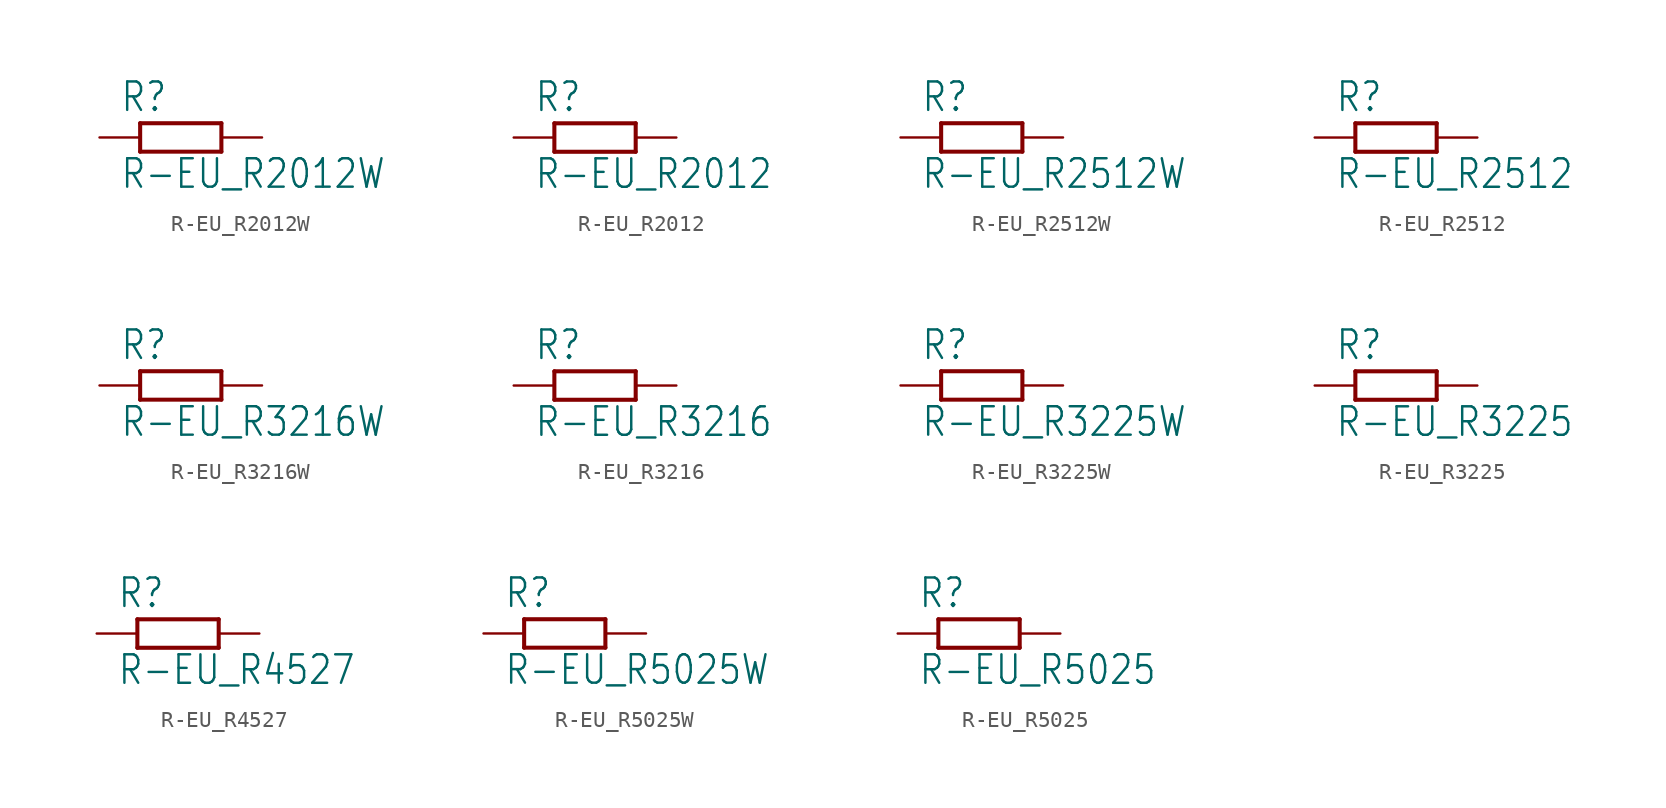
<source format=kicad_sym>
(kicad_symbol_lib
  (version 20201005)
  (generator kicad_symbol_editor)
  (symbol "R-EU_R2012W"
    (property "Reference" "R"
      (at -3.81 1.499 0)
      (effects (font (size 1.778 1.511)) (justify left bottom)))
    (property "Value" "R-EU_R2012W"
      (at -3.81 -3.302 0)
      (effects (font (size 1.778 1.511)) (justify left bottom)))
    (property "ki_locked" ""
      (at 0 0 0)
      (effects (font (size 1.27 1.27))))
    (symbol "R-EU_R2012W_1_0"
      (polyline (pts (xy -2.54 -0.889) (xy 2.54 -0.889)) (stroke (width 0.254)) (fill (type none)))
      (polyline (pts (xy 2.54 0.889) (xy -2.54 0.889)) (stroke (width 0.254)) (fill (type none)))
      (polyline (pts (xy 2.54 -0.889) (xy 2.54 0.889)) (stroke (width 0.254)) (fill (type none)))
      (polyline (pts (xy -2.54 -0.889) (xy -2.54 0.889)) (stroke (width 0.254)) (fill (type none)))
      (pin passive line (at 5.08 0 180) (length 2.54) (name "2" (effects (font (size 0 0)))) (number "2" (effects (font (size 0 0)))))
      (pin passive line (at -5.08 0 0) (length 2.54) (name "1" (effects (font (size 0 0)))) (number "1" (effects (font (size 0 0)))))))
  (symbol "R-EU_R2012"
    (property "Reference" "R"
      (at -3.81 1.499 0)
      (effects (font (size 1.778 1.511)) (justify left bottom)))
    (property "Value" "R-EU_R2012"
      (at -3.81 -3.302 0)
      (effects (font (size 1.778 1.511)) (justify left bottom)))
    (property "ki_locked" ""
      (at 0 0 0)
      (effects (font (size 1.27 1.27))))
    (symbol "R-EU_R2012_1_0"
      (polyline (pts (xy -2.54 -0.889) (xy 2.54 -0.889)) (stroke (width 0.254)) (fill (type none)))
      (polyline (pts (xy 2.54 0.889) (xy -2.54 0.889)) (stroke (width 0.254)) (fill (type none)))
      (polyline (pts (xy 2.54 -0.889) (xy 2.54 0.889)) (stroke (width 0.254)) (fill (type none)))
      (polyline (pts (xy -2.54 -0.889) (xy -2.54 0.889)) (stroke (width 0.254)) (fill (type none)))
      (pin passive line (at 5.08 0 180) (length 2.54) (name "2" (effects (font (size 0 0)))) (number "2" (effects (font (size 0 0)))))
      (pin passive line (at -5.08 0 0) (length 2.54) (name "1" (effects (font (size 0 0)))) (number "1" (effects (font (size 0 0)))))))
  (symbol "R-EU_R2512W"
    (property "Reference" "R"
      (at -3.81 1.499 0)
      (effects (font (size 1.778 1.511)) (justify left bottom)))
    (property "Value" "R-EU_R2512W"
      (at -3.81 -3.302 0)
      (effects (font (size 1.778 1.511)) (justify left bottom)))
    (property "ki_locked" ""
      (at 0 0 0)
      (effects (font (size 1.27 1.27))))
    (symbol "R-EU_R2512W_1_0"
      (polyline (pts (xy -2.54 -0.889) (xy 2.54 -0.889)) (stroke (width 0.254)) (fill (type none)))
      (polyline (pts (xy 2.54 0.889) (xy -2.54 0.889)) (stroke (width 0.254)) (fill (type none)))
      (polyline (pts (xy 2.54 -0.889) (xy 2.54 0.889)) (stroke (width 0.254)) (fill (type none)))
      (polyline (pts (xy -2.54 -0.889) (xy -2.54 0.889)) (stroke (width 0.254)) (fill (type none)))
      (pin passive line (at 5.08 0 180) (length 2.54) (name "2" (effects (font (size 0 0)))) (number "2" (effects (font (size 0 0)))))
      (pin passive line (at -5.08 0 0) (length 2.54) (name "1" (effects (font (size 0 0)))) (number "1" (effects (font (size 0 0)))))))
  (symbol "R-EU_R2512"
    (property "Reference" "R"
      (at -3.81 1.499 0)
      (effects (font (size 1.778 1.511)) (justify left bottom)))
    (property "Value" "R-EU_R2512"
      (at -3.81 -3.302 0)
      (effects (font (size 1.778 1.511)) (justify left bottom)))
    (property "ki_locked" ""
      (at 0 0 0)
      (effects (font (size 1.27 1.27))))
    (symbol "R-EU_R2512_1_0"
      (polyline (pts (xy -2.54 -0.889) (xy 2.54 -0.889)) (stroke (width 0.254)) (fill (type none)))
      (polyline (pts (xy 2.54 0.889) (xy -2.54 0.889)) (stroke (width 0.254)) (fill (type none)))
      (polyline (pts (xy 2.54 -0.889) (xy 2.54 0.889)) (stroke (width 0.254)) (fill (type none)))
      (polyline (pts (xy -2.54 -0.889) (xy -2.54 0.889)) (stroke (width 0.254)) (fill (type none)))
      (pin passive line (at 5.08 0 180) (length 2.54) (name "2" (effects (font (size 0 0)))) (number "2" (effects (font (size 0 0)))))
      (pin passive line (at -5.08 0 0) (length 2.54) (name "1" (effects (font (size 0 0)))) (number "1" (effects (font (size 0 0)))))))
  (symbol "R-EU_R3216W"
    (property "Reference" "R"
      (at -3.81 1.499 0)
      (effects (font (size 1.778 1.511)) (justify left bottom)))
    (property "Value" "R-EU_R3216W"
      (at -3.81 -3.302 0)
      (effects (font (size 1.778 1.511)) (justify left bottom)))
    (property "ki_locked" ""
      (at 0 0 0)
      (effects (font (size 1.27 1.27))))
    (symbol "R-EU_R3216W_1_0"
      (polyline (pts (xy -2.54 -0.889) (xy 2.54 -0.889)) (stroke (width 0.254)) (fill (type none)))
      (polyline (pts (xy 2.54 0.889) (xy -2.54 0.889)) (stroke (width 0.254)) (fill (type none)))
      (polyline (pts (xy 2.54 -0.889) (xy 2.54 0.889)) (stroke (width 0.254)) (fill (type none)))
      (polyline (pts (xy -2.54 -0.889) (xy -2.54 0.889)) (stroke (width 0.254)) (fill (type none)))
      (pin passive line (at 5.08 0 180) (length 2.54) (name "2" (effects (font (size 0 0)))) (number "2" (effects (font (size 0 0)))))
      (pin passive line (at -5.08 0 0) (length 2.54) (name "1" (effects (font (size 0 0)))) (number "1" (effects (font (size 0 0)))))))
  (symbol "R-EU_R3216"
    (property "Reference" "R"
      (at -3.81 1.499 0)
      (effects (font (size 1.778 1.511)) (justify left bottom)))
    (property "Value" "R-EU_R3216"
      (at -3.81 -3.302 0)
      (effects (font (size 1.778 1.511)) (justify left bottom)))
    (property "ki_locked" ""
      (at 0 0 0)
      (effects (font (size 1.27 1.27))))
    (symbol "R-EU_R3216_1_0"
      (polyline (pts (xy -2.54 -0.889) (xy 2.54 -0.889)) (stroke (width 0.254)) (fill (type none)))
      (polyline (pts (xy 2.54 0.889) (xy -2.54 0.889)) (stroke (width 0.254)) (fill (type none)))
      (polyline (pts (xy 2.54 -0.889) (xy 2.54 0.889)) (stroke (width 0.254)) (fill (type none)))
      (polyline (pts (xy -2.54 -0.889) (xy -2.54 0.889)) (stroke (width 0.254)) (fill (type none)))
      (pin passive line (at 5.08 0 180) (length 2.54) (name "2" (effects (font (size 0 0)))) (number "2" (effects (font (size 0 0)))))
      (pin passive line (at -5.08 0 0) (length 2.54) (name "1" (effects (font (size 0 0)))) (number "1" (effects (font (size 0 0)))))))
  (symbol "R-EU_R3225W"
    (property "Reference" "R"
      (at -3.81 1.499 0)
      (effects (font (size 1.778 1.511)) (justify left bottom)))
    (property "Value" "R-EU_R3225W"
      (at -3.81 -3.302 0)
      (effects (font (size 1.778 1.511)) (justify left bottom)))
    (property "ki_locked" ""
      (at 0 0 0)
      (effects (font (size 1.27 1.27))))
    (symbol "R-EU_R3225W_1_0"
      (polyline (pts (xy -2.54 -0.889) (xy 2.54 -0.889)) (stroke (width 0.254)) (fill (type none)))
      (polyline (pts (xy 2.54 0.889) (xy -2.54 0.889)) (stroke (width 0.254)) (fill (type none)))
      (polyline (pts (xy 2.54 -0.889) (xy 2.54 0.889)) (stroke (width 0.254)) (fill (type none)))
      (polyline (pts (xy -2.54 -0.889) (xy -2.54 0.889)) (stroke (width 0.254)) (fill (type none)))
      (pin passive line (at 5.08 0 180) (length 2.54) (name "2" (effects (font (size 0 0)))) (number "2" (effects (font (size 0 0)))))
      (pin passive line (at -5.08 0 0) (length 2.54) (name "1" (effects (font (size 0 0)))) (number "1" (effects (font (size 0 0)))))))
  (symbol "R-EU_R3225"
    (property "Reference" "R"
      (at -3.81 1.499 0)
      (effects (font (size 1.778 1.511)) (justify left bottom)))
    (property "Value" "R-EU_R3225"
      (at -3.81 -3.302 0)
      (effects (font (size 1.778 1.511)) (justify left bottom)))
    (property "ki_locked" ""
      (at 0 0 0)
      (effects (font (size 1.27 1.27))))
    (symbol "R-EU_R3225_1_0"
      (polyline (pts (xy -2.54 -0.889) (xy 2.54 -0.889)) (stroke (width 0.254)) (fill (type none)))
      (polyline (pts (xy 2.54 0.889) (xy -2.54 0.889)) (stroke (width 0.254)) (fill (type none)))
      (polyline (pts (xy 2.54 -0.889) (xy 2.54 0.889)) (stroke (width 0.254)) (fill (type none)))
      (polyline (pts (xy -2.54 -0.889) (xy -2.54 0.889)) (stroke (width 0.254)) (fill (type none)))
      (pin passive line (at 5.08 0 180) (length 2.54) (name "2" (effects (font (size 0 0)))) (number "2" (effects (font (size 0 0)))))
      (pin passive line (at -5.08 0 0) (length 2.54) (name "1" (effects (font (size 0 0)))) (number "1" (effects (font (size 0 0)))))))
  (symbol "R-EU_R4527"
    (property "Reference" "R"
      (at -3.81 1.499 0)
      (effects (font (size 1.778 1.511)) (justify left bottom)))
    (property "Value" "R-EU_R4527"
      (at -3.81 -3.302 0)
      (effects (font (size 1.778 1.511)) (justify left bottom)))
    (property "ki_locked" ""
      (at 0 0 0)
      (effects (font (size 1.27 1.27))))
    (symbol "R-EU_R4527_1_0"
      (polyline (pts (xy -2.54 -0.889) (xy 2.54 -0.889)) (stroke (width 0.254)) (fill (type none)))
      (polyline (pts (xy 2.54 0.889) (xy -2.54 0.889)) (stroke (width 0.254)) (fill (type none)))
      (polyline (pts (xy 2.54 -0.889) (xy 2.54 0.889)) (stroke (width 0.254)) (fill (type none)))
      (polyline (pts (xy -2.54 -0.889) (xy -2.54 0.889)) (stroke (width 0.254)) (fill (type none)))
      (pin passive line (at 5.08 0 180) (length 2.54) (name "2" (effects (font (size 0 0)))) (number "2" (effects (font (size 0 0)))))
      (pin passive line (at -5.08 0 0) (length 2.54) (name "1" (effects (font (size 0 0)))) (number "1" (effects (font (size 0 0)))))))
  (symbol "R-EU_R5025W"
    (property "Reference" "R"
      (at -3.81 1.499 0)
      (effects (font (size 1.778 1.511)) (justify left bottom)))
    (property "Value" "R-EU_R5025W"
      (at -3.81 -3.302 0)
      (effects (font (size 1.778 1.511)) (justify left bottom)))
    (property "ki_locked" ""
      (at 0 0 0)
      (effects (font (size 1.27 1.27))))
    (symbol "R-EU_R5025W_1_0"
      (polyline (pts (xy -2.54 -0.889) (xy 2.54 -0.889)) (stroke (width 0.254)) (fill (type none)))
      (polyline (pts (xy 2.54 0.889) (xy -2.54 0.889)) (stroke (width 0.254)) (fill (type none)))
      (polyline (pts (xy 2.54 -0.889) (xy 2.54 0.889)) (stroke (width 0.254)) (fill (type none)))
      (polyline (pts (xy -2.54 -0.889) (xy -2.54 0.889)) (stroke (width 0.254)) (fill (type none)))
      (pin passive line (at 5.08 0 180) (length 2.54) (name "2" (effects (font (size 0 0)))) (number "2" (effects (font (size 0 0)))))
      (pin passive line (at -5.08 0 0) (length 2.54) (name "1" (effects (font (size 0 0)))) (number "1" (effects (font (size 0 0)))))))
  (symbol "R-EU_R5025"
    (property "Reference" "R"
      (at -3.81 1.499 0)
      (effects (font (size 1.778 1.511)) (justify left bottom)))
    (property "Value" "R-EU_R5025"
      (at -3.81 -3.302 0)
      (effects (font (size 1.778 1.511)) (justify left bottom)))
    (property "ki_locked" ""
      (at 0 0 0)
      (effects (font (size 1.27 1.27))))
    (symbol "R-EU_R5025_1_0"
      (polyline (pts (xy -2.54 -0.889) (xy 2.54 -0.889)) (stroke (width 0.254)) (fill (type none)))
      (polyline (pts (xy 2.54 0.889) (xy -2.54 0.889)) (stroke (width 0.254)) (fill (type none)))
      (polyline (pts (xy 2.54 -0.889) (xy 2.54 0.889)) (stroke (width 0.254)) (fill (type none)))
      (polyline (pts (xy -2.54 -0.889) (xy -2.54 0.889)) (stroke (width 0.254)) (fill (type none)))
      (pin passive line (at 5.08 0 180) (length 2.54) (name "2" (effects (font (size 0 0)))) (number "2" (effects (font (size 0 0)))))
      (pin passive line (at -5.08 0 0) (length 2.54) (name "1" (effects (font (size 0 0)))) (number "1" (effects (font (size 0 0))))))))
</source>
